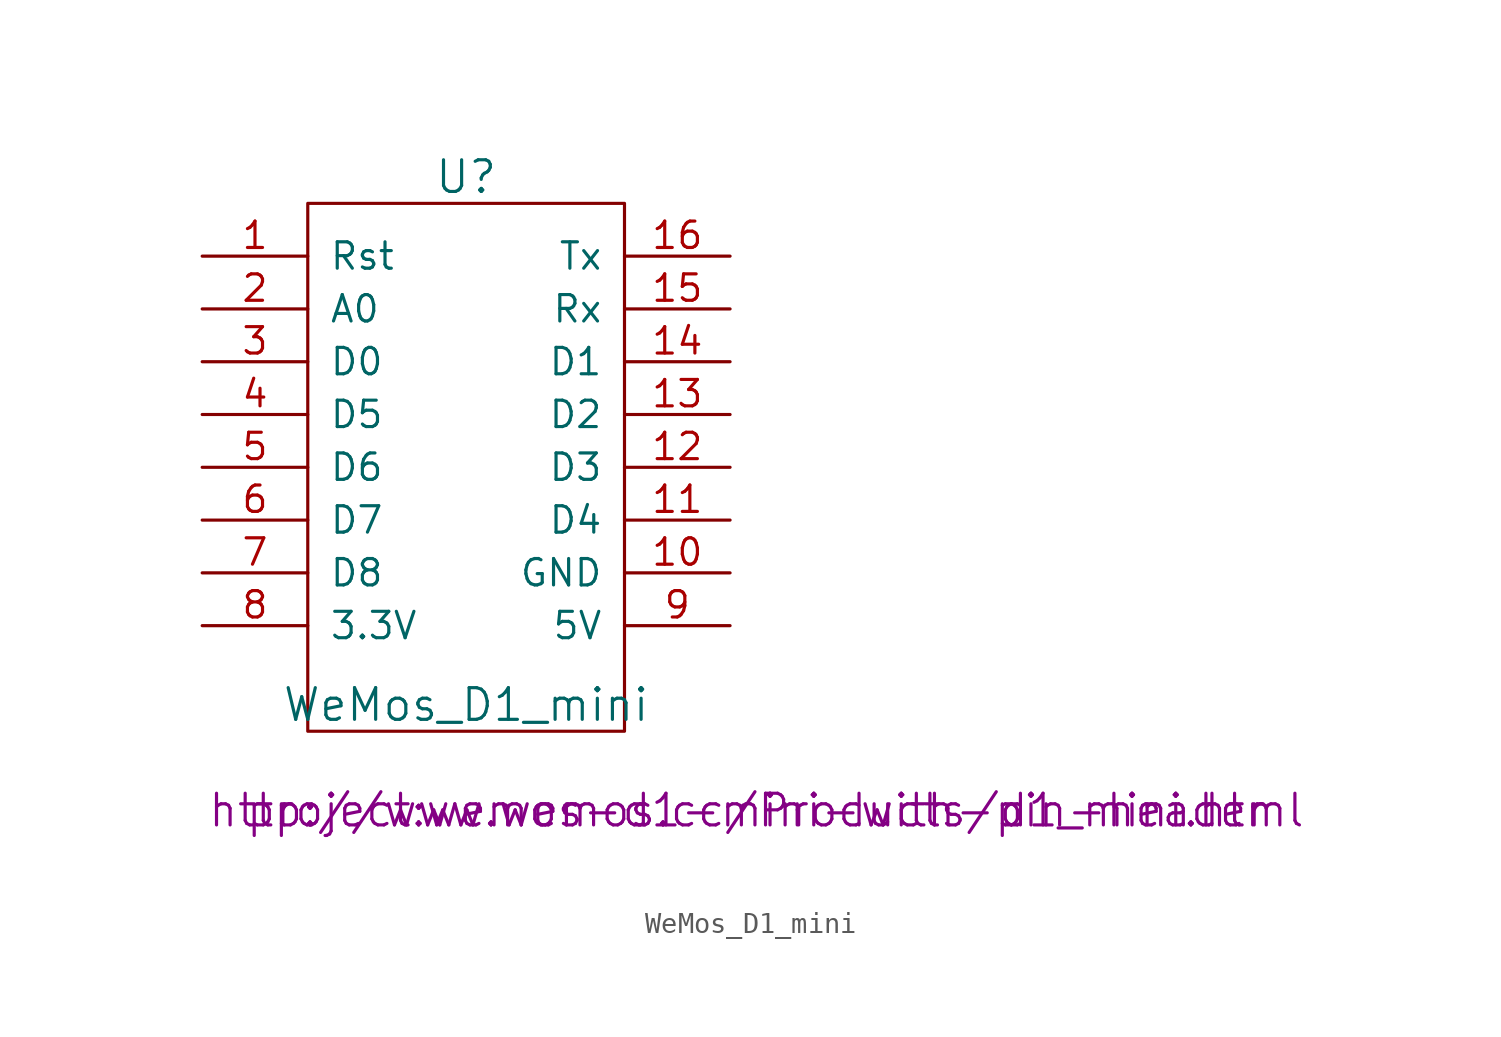
<source format=kicad_sym>
(kicad_symbol_lib
  (version 20231120)
  (generator "kicad_symbol_editor")
  (generator_version "8.0")
  (symbol "WeMos_D1_mini"
    (pin_names
      (offset 1.016))
    (property "Reference" "U"
      (at 0 12.7 0)
      (effects (font (size 1.524 1.524))))
    (property "Value" "WeMos_D1_mini"
      (at 0 -12.7 0)
      (effects (font (size 1.524 1.524))))
    (property "Footprint" "project:wemos-d1-mini-with-pin-header"
      (at 13.97 -17.78 0)
      (effects (font (size 1.524 1.524))))
    (property "Datasheet" "http://www.wemos.cc/Products/d1_mini.html"
      (at 13.97 -17.78 0)
      (effects (font (size 1.524 1.524))))
    (symbol "WeMos_D1_mini_0_1"
      (rectangle (start -7.62 11.43) (end 7.62 -13.97) (stroke (width 0) (type solid)) (fill (type none))))
    (symbol "WeMos_D1_mini_1_1"
      (pin bidirectional line (at -12.7 8.89 0) (length 5.08) (name "Rst" (effects (font (size 1.27 1.27)))) (number "1" (effects (font (size 1.27 1.27)))))
      (pin power_in line (at 12.7 -6.35 180) (length 5.08) (name "GND" (effects (font (size 1.27 1.27)))) (number "10" (effects (font (size 1.27 1.27)))))
      (pin bidirectional line (at 12.7 -3.81 180) (length 5.08) (name "D4" (effects (font (size 1.27 1.27)))) (number "11" (effects (font (size 1.27 1.27)))))
      (pin bidirectional line (at 12.7 -1.27 180) (length 5.08) (name "D3" (effects (font (size 1.27 1.27)))) (number "12" (effects (font (size 1.27 1.27)))))
      (pin bidirectional line (at 12.7 1.27 180) (length 5.08) (name "D2" (effects (font (size 1.27 1.27)))) (number "13" (effects (font (size 1.27 1.27)))))
      (pin bidirectional line (at 12.7 3.81 180) (length 5.08) (name "D1" (effects (font (size 1.27 1.27)))) (number "14" (effects (font (size 1.27 1.27)))))
      (pin bidirectional line (at 12.7 6.35 180) (length 5.08) (name "Rx" (effects (font (size 1.27 1.27)))) (number "15" (effects (font (size 1.27 1.27)))))
      (pin bidirectional line (at 12.7 8.89 180) (length 5.08) (name "Tx" (effects (font (size 1.27 1.27)))) (number "16" (effects (font (size 1.27 1.27)))))
      (pin bidirectional line (at -12.7 6.35 0) (length 5.08) (name "A0" (effects (font (size 1.27 1.27)))) (number "2" (effects (font (size 1.27 1.27)))))
      (pin bidirectional line (at -12.7 3.81 0) (length 5.08) (name "D0" (effects (font (size 1.27 1.27)))) (number "3" (effects (font (size 1.27 1.27)))))
      (pin bidirectional line (at -12.7 1.27 0) (length 5.08) (name "D5" (effects (font (size 1.27 1.27)))) (number "4" (effects (font (size 1.27 1.27)))))
      (pin bidirectional line (at -12.7 -1.27 0) (length 5.08) (name "D6" (effects (font (size 1.27 1.27)))) (number "5" (effects (font (size 1.27 1.27)))))
      (pin bidirectional line (at -12.7 -3.81 0) (length 5.08) (name "D7" (effects (font (size 1.27 1.27)))) (number "6" (effects (font (size 1.27 1.27)))))
      (pin bidirectional line (at -12.7 -6.35 0) (length 5.08) (name "D8" (effects (font (size 1.27 1.27)))) (number "7" (effects (font (size 1.27 1.27)))))
      (pin power_out line (at -12.7 -8.89 0) (length 5.08) (name "3.3V" (effects (font (size 1.27 1.27)))) (number "8" (effects (font (size 1.27 1.27)))))
      (pin power_in line (at 12.7 -8.89 180) (length 5.08) (name "5V" (effects (font (size 1.27 1.27)))) (number "9" (effects (font (size 1.27 1.27))))))))
</source>
